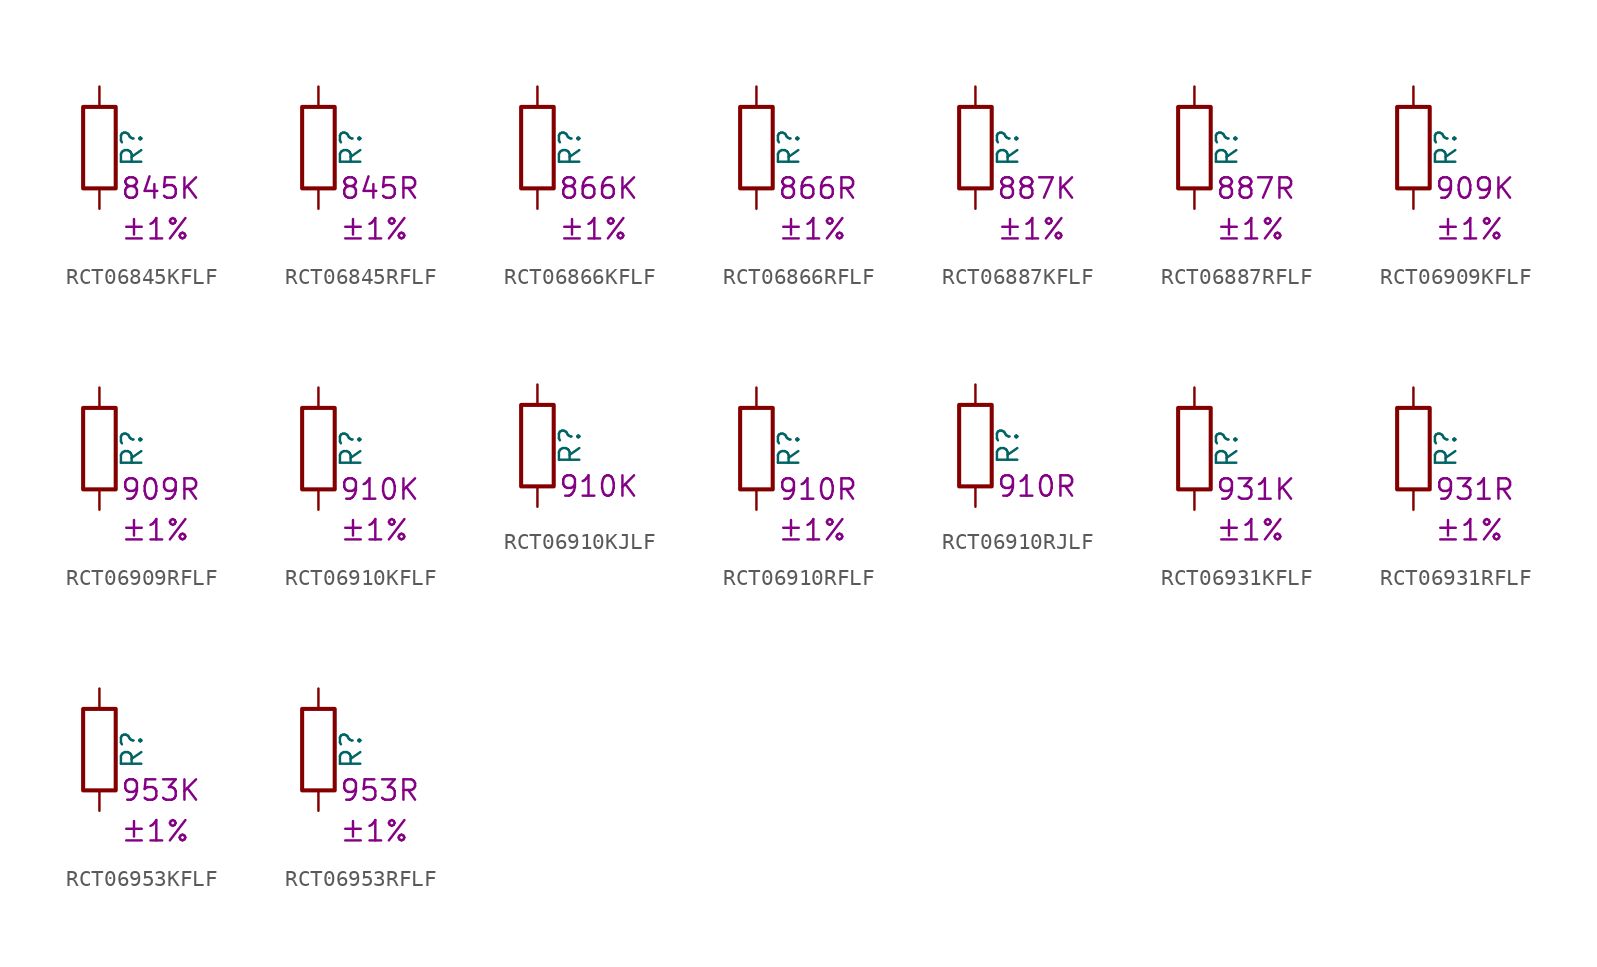
<source format=kicad_sym>
(kicad_symbol_lib
  (version 20220914)
  (generator kicad_symbol_editor)
  (symbol "RCT06845KFLF"
    (pin_numbers hide)
    (pin_names
      (offset 0))
    (property "Reference" "R"
      (at 2.032 0 90)
      (effects (font (size 1.27 1.27))))
    (property "Resistance" "845K"
      (at 1.27 -2.54 0)
      (effects (font (size 1.27 1.27)) (justify left)))
    (property "Tolerance" "±1%"
      (at 1.27 -5.08 0)
      (effects (font (size 1.27 1.27)) (justify left)))
    (symbol "RCT06845KFLF_0_1"
      (rectangle (start -1.016 -2.54) (end 1.016 2.54) (stroke (width 0.254) (type default)) (fill (type none))))
    (symbol "RCT06845KFLF_1_1"
      (pin passive line (at 0 3.81 270) (length 1.27) (name "~" (effects (font (size 1.27 1.27)))) (number "1" (effects (font (size 1.27 1.27)))))
      (pin passive line (at 0 -3.81 90) (length 1.27) (name "~" (effects (font (size 1.27 1.27)))) (number "2" (effects (font (size 1.27 1.27)))))))
  (symbol "RCT06845RFLF"
    (pin_numbers hide)
    (pin_names
      (offset 0))
    (property "Reference" "R"
      (at 2.032 0 90)
      (effects (font (size 1.27 1.27))))
    (property "Resistance" "845R"
      (at 1.27 -2.54 0)
      (effects (font (size 1.27 1.27)) (justify left)))
    (property "Tolerance" "±1%"
      (at 1.27 -5.08 0)
      (effects (font (size 1.27 1.27)) (justify left)))
    (symbol "RCT06845RFLF_0_1"
      (rectangle (start -1.016 -2.54) (end 1.016 2.54) (stroke (width 0.254) (type default)) (fill (type none))))
    (symbol "RCT06845RFLF_1_1"
      (pin passive line (at 0 3.81 270) (length 1.27) (name "~" (effects (font (size 1.27 1.27)))) (number "1" (effects (font (size 1.27 1.27)))))
      (pin passive line (at 0 -3.81 90) (length 1.27) (name "~" (effects (font (size 1.27 1.27)))) (number "2" (effects (font (size 1.27 1.27)))))))
  (symbol "RCT06866KFLF"
    (pin_numbers hide)
    (pin_names
      (offset 0))
    (property "Reference" "R"
      (at 2.032 0 90)
      (effects (font (size 1.27 1.27))))
    (property "Resistance" "866K"
      (at 1.27 -2.54 0)
      (effects (font (size 1.27 1.27)) (justify left)))
    (property "Tolerance" "±1%"
      (at 1.27 -5.08 0)
      (effects (font (size 1.27 1.27)) (justify left)))
    (symbol "RCT06866KFLF_0_1"
      (rectangle (start -1.016 -2.54) (end 1.016 2.54) (stroke (width 0.254) (type default)) (fill (type none))))
    (symbol "RCT06866KFLF_1_1"
      (pin passive line (at 0 3.81 270) (length 1.27) (name "~" (effects (font (size 1.27 1.27)))) (number "1" (effects (font (size 1.27 1.27)))))
      (pin passive line (at 0 -3.81 90) (length 1.27) (name "~" (effects (font (size 1.27 1.27)))) (number "2" (effects (font (size 1.27 1.27)))))))
  (symbol "RCT06866RFLF"
    (pin_numbers hide)
    (pin_names
      (offset 0))
    (property "Reference" "R"
      (at 2.032 0 90)
      (effects (font (size 1.27 1.27))))
    (property "Resistance" "866R"
      (at 1.27 -2.54 0)
      (effects (font (size 1.27 1.27)) (justify left)))
    (property "Tolerance" "±1%"
      (at 1.27 -5.08 0)
      (effects (font (size 1.27 1.27)) (justify left)))
    (symbol "RCT06866RFLF_0_1"
      (rectangle (start -1.016 -2.54) (end 1.016 2.54) (stroke (width 0.254) (type default)) (fill (type none))))
    (symbol "RCT06866RFLF_1_1"
      (pin passive line (at 0 3.81 270) (length 1.27) (name "~" (effects (font (size 1.27 1.27)))) (number "1" (effects (font (size 1.27 1.27)))))
      (pin passive line (at 0 -3.81 90) (length 1.27) (name "~" (effects (font (size 1.27 1.27)))) (number "2" (effects (font (size 1.27 1.27)))))))
  (symbol "RCT06887KFLF"
    (pin_numbers hide)
    (pin_names
      (offset 0))
    (property "Reference" "R"
      (at 2.032 0 90)
      (effects (font (size 1.27 1.27))))
    (property "Resistance" "887K"
      (at 1.27 -2.54 0)
      (effects (font (size 1.27 1.27)) (justify left)))
    (property "Tolerance" "±1%"
      (at 1.27 -5.08 0)
      (effects (font (size 1.27 1.27)) (justify left)))
    (symbol "RCT06887KFLF_0_1"
      (rectangle (start -1.016 -2.54) (end 1.016 2.54) (stroke (width 0.254) (type default)) (fill (type none))))
    (symbol "RCT06887KFLF_1_1"
      (pin passive line (at 0 3.81 270) (length 1.27) (name "~" (effects (font (size 1.27 1.27)))) (number "1" (effects (font (size 1.27 1.27)))))
      (pin passive line (at 0 -3.81 90) (length 1.27) (name "~" (effects (font (size 1.27 1.27)))) (number "2" (effects (font (size 1.27 1.27)))))))
  (symbol "RCT06887RFLF"
    (pin_numbers hide)
    (pin_names
      (offset 0))
    (property "Reference" "R"
      (at 2.032 0 90)
      (effects (font (size 1.27 1.27))))
    (property "Resistance" "887R"
      (at 1.27 -2.54 0)
      (effects (font (size 1.27 1.27)) (justify left)))
    (property "Tolerance" "±1%"
      (at 1.27 -5.08 0)
      (effects (font (size 1.27 1.27)) (justify left)))
    (symbol "RCT06887RFLF_0_1"
      (rectangle (start -1.016 -2.54) (end 1.016 2.54) (stroke (width 0.254) (type default)) (fill (type none))))
    (symbol "RCT06887RFLF_1_1"
      (pin passive line (at 0 3.81 270) (length 1.27) (name "~" (effects (font (size 1.27 1.27)))) (number "1" (effects (font (size 1.27 1.27)))))
      (pin passive line (at 0 -3.81 90) (length 1.27) (name "~" (effects (font (size 1.27 1.27)))) (number "2" (effects (font (size 1.27 1.27)))))))
  (symbol "RCT06909KFLF"
    (pin_numbers hide)
    (pin_names
      (offset 0))
    (property "Reference" "R"
      (at 2.032 0 90)
      (effects (font (size 1.27 1.27))))
    (property "Resistance" "909K"
      (at 1.27 -2.54 0)
      (effects (font (size 1.27 1.27)) (justify left)))
    (property "Tolerance" "±1%"
      (at 1.27 -5.08 0)
      (effects (font (size 1.27 1.27)) (justify left)))
    (symbol "RCT06909KFLF_0_1"
      (rectangle (start -1.016 -2.54) (end 1.016 2.54) (stroke (width 0.254) (type default)) (fill (type none))))
    (symbol "RCT06909KFLF_1_1"
      (pin passive line (at 0 3.81 270) (length 1.27) (name "~" (effects (font (size 1.27 1.27)))) (number "1" (effects (font (size 1.27 1.27)))))
      (pin passive line (at 0 -3.81 90) (length 1.27) (name "~" (effects (font (size 1.27 1.27)))) (number "2" (effects (font (size 1.27 1.27)))))))
  (symbol "RCT06909RFLF"
    (pin_numbers hide)
    (pin_names
      (offset 0))
    (property "Reference" "R"
      (at 2.032 0 90)
      (effects (font (size 1.27 1.27))))
    (property "Resistance" "909R"
      (at 1.27 -2.54 0)
      (effects (font (size 1.27 1.27)) (justify left)))
    (property "Tolerance" "±1%"
      (at 1.27 -5.08 0)
      (effects (font (size 1.27 1.27)) (justify left)))
    (symbol "RCT06909RFLF_0_1"
      (rectangle (start -1.016 -2.54) (end 1.016 2.54) (stroke (width 0.254) (type default)) (fill (type none))))
    (symbol "RCT06909RFLF_1_1"
      (pin passive line (at 0 3.81 270) (length 1.27) (name "~" (effects (font (size 1.27 1.27)))) (number "1" (effects (font (size 1.27 1.27)))))
      (pin passive line (at 0 -3.81 90) (length 1.27) (name "~" (effects (font (size 1.27 1.27)))) (number "2" (effects (font (size 1.27 1.27)))))))
  (symbol "RCT06910KFLF"
    (pin_numbers hide)
    (pin_names
      (offset 0))
    (property "Reference" "R"
      (at 2.032 0 90)
      (effects (font (size 1.27 1.27))))
    (property "Resistance" "910K"
      (at 1.27 -2.54 0)
      (effects (font (size 1.27 1.27)) (justify left)))
    (property "Tolerance" "±1%"
      (at 1.27 -5.08 0)
      (effects (font (size 1.27 1.27)) (justify left)))
    (symbol "RCT06910KFLF_0_1"
      (rectangle (start -1.016 -2.54) (end 1.016 2.54) (stroke (width 0.254) (type default)) (fill (type none))))
    (symbol "RCT06910KFLF_1_1"
      (pin passive line (at 0 3.81 270) (length 1.27) (name "~" (effects (font (size 1.27 1.27)))) (number "1" (effects (font (size 1.27 1.27)))))
      (pin passive line (at 0 -3.81 90) (length 1.27) (name "~" (effects (font (size 1.27 1.27)))) (number "2" (effects (font (size 1.27 1.27)))))))
  (symbol "RCT06910KJLF"
    (pin_numbers hide)
    (pin_names
      (offset 0))
    (property "Reference" "R"
      (at 2.032 0 90)
      (effects (font (size 1.27 1.27))))
    (property "Resistance" "910K"
      (at 1.27 -2.54 0)
      (effects (font (size 1.27 1.27)) (justify left)))
    (symbol "RCT06910KJLF_0_1"
      (rectangle (start -1.016 -2.54) (end 1.016 2.54) (stroke (width 0.254) (type default)) (fill (type none))))
    (symbol "RCT06910KJLF_1_1"
      (pin passive line (at 0 3.81 270) (length 1.27) (name "~" (effects (font (size 1.27 1.27)))) (number "1" (effects (font (size 1.27 1.27)))))
      (pin passive line (at 0 -3.81 90) (length 1.27) (name "~" (effects (font (size 1.27 1.27)))) (number "2" (effects (font (size 1.27 1.27)))))))
  (symbol "RCT06910RFLF"
    (pin_numbers hide)
    (pin_names
      (offset 0))
    (property "Reference" "R"
      (at 2.032 0 90)
      (effects (font (size 1.27 1.27))))
    (property "Resistance" "910R"
      (at 1.27 -2.54 0)
      (effects (font (size 1.27 1.27)) (justify left)))
    (property "Tolerance" "±1%"
      (at 1.27 -5.08 0)
      (effects (font (size 1.27 1.27)) (justify left)))
    (symbol "RCT06910RFLF_0_1"
      (rectangle (start -1.016 -2.54) (end 1.016 2.54) (stroke (width 0.254) (type default)) (fill (type none))))
    (symbol "RCT06910RFLF_1_1"
      (pin passive line (at 0 3.81 270) (length 1.27) (name "~" (effects (font (size 1.27 1.27)))) (number "1" (effects (font (size 1.27 1.27)))))
      (pin passive line (at 0 -3.81 90) (length 1.27) (name "~" (effects (font (size 1.27 1.27)))) (number "2" (effects (font (size 1.27 1.27)))))))
  (symbol "RCT06910RJLF"
    (pin_numbers hide)
    (pin_names
      (offset 0))
    (property "Reference" "R"
      (at 2.032 0 90)
      (effects (font (size 1.27 1.27))))
    (property "Resistance" "910R"
      (at 1.27 -2.54 0)
      (effects (font (size 1.27 1.27)) (justify left)))
    (symbol "RCT06910RJLF_0_1"
      (rectangle (start -1.016 -2.54) (end 1.016 2.54) (stroke (width 0.254) (type default)) (fill (type none))))
    (symbol "RCT06910RJLF_1_1"
      (pin passive line (at 0 3.81 270) (length 1.27) (name "~" (effects (font (size 1.27 1.27)))) (number "1" (effects (font (size 1.27 1.27)))))
      (pin passive line (at 0 -3.81 90) (length 1.27) (name "~" (effects (font (size 1.27 1.27)))) (number "2" (effects (font (size 1.27 1.27)))))))
  (symbol "RCT06931KFLF"
    (pin_numbers hide)
    (pin_names
      (offset 0))
    (property "Reference" "R"
      (at 2.032 0 90)
      (effects (font (size 1.27 1.27))))
    (property "Resistance" "931K"
      (at 1.27 -2.54 0)
      (effects (font (size 1.27 1.27)) (justify left)))
    (property "Tolerance" "±1%"
      (at 1.27 -5.08 0)
      (effects (font (size 1.27 1.27)) (justify left)))
    (symbol "RCT06931KFLF_0_1"
      (rectangle (start -1.016 -2.54) (end 1.016 2.54) (stroke (width 0.254) (type default)) (fill (type none))))
    (symbol "RCT06931KFLF_1_1"
      (pin passive line (at 0 3.81 270) (length 1.27) (name "~" (effects (font (size 1.27 1.27)))) (number "1" (effects (font (size 1.27 1.27)))))
      (pin passive line (at 0 -3.81 90) (length 1.27) (name "~" (effects (font (size 1.27 1.27)))) (number "2" (effects (font (size 1.27 1.27)))))))
  (symbol "RCT06931RFLF"
    (pin_numbers hide)
    (pin_names
      (offset 0))
    (property "Reference" "R"
      (at 2.032 0 90)
      (effects (font (size 1.27 1.27))))
    (property "Resistance" "931R"
      (at 1.27 -2.54 0)
      (effects (font (size 1.27 1.27)) (justify left)))
    (property "Tolerance" "±1%"
      (at 1.27 -5.08 0)
      (effects (font (size 1.27 1.27)) (justify left)))
    (symbol "RCT06931RFLF_0_1"
      (rectangle (start -1.016 -2.54) (end 1.016 2.54) (stroke (width 0.254) (type default)) (fill (type none))))
    (symbol "RCT06931RFLF_1_1"
      (pin passive line (at 0 3.81 270) (length 1.27) (name "~" (effects (font (size 1.27 1.27)))) (number "1" (effects (font (size 1.27 1.27)))))
      (pin passive line (at 0 -3.81 90) (length 1.27) (name "~" (effects (font (size 1.27 1.27)))) (number "2" (effects (font (size 1.27 1.27)))))))
  (symbol "RCT06953KFLF"
    (pin_numbers hide)
    (pin_names
      (offset 0))
    (property "Reference" "R"
      (at 2.032 0 90)
      (effects (font (size 1.27 1.27))))
    (property "Resistance" "953K"
      (at 1.27 -2.54 0)
      (effects (font (size 1.27 1.27)) (justify left)))
    (property "Tolerance" "±1%"
      (at 1.27 -5.08 0)
      (effects (font (size 1.27 1.27)) (justify left)))
    (symbol "RCT06953KFLF_0_1"
      (rectangle (start -1.016 -2.54) (end 1.016 2.54) (stroke (width 0.254) (type default)) (fill (type none))))
    (symbol "RCT06953KFLF_1_1"
      (pin passive line (at 0 3.81 270) (length 1.27) (name "~" (effects (font (size 1.27 1.27)))) (number "1" (effects (font (size 1.27 1.27)))))
      (pin passive line (at 0 -3.81 90) (length 1.27) (name "~" (effects (font (size 1.27 1.27)))) (number "2" (effects (font (size 1.27 1.27)))))))
  (symbol "RCT06953RFLF"
    (pin_numbers hide)
    (pin_names
      (offset 0))
    (property "Reference" "R"
      (at 2.032 0 90)
      (effects (font (size 1.27 1.27))))
    (property "Resistance" "953R"
      (at 1.27 -2.54 0)
      (effects (font (size 1.27 1.27)) (justify left)))
    (property "Tolerance" "±1%"
      (at 1.27 -5.08 0)
      (effects (font (size 1.27 1.27)) (justify left)))
    (symbol "RCT06953RFLF_0_1"
      (rectangle (start -1.016 -2.54) (end 1.016 2.54) (stroke (width 0.254) (type default)) (fill (type none))))
    (symbol "RCT06953RFLF_1_1"
      (pin passive line (at 0 3.81 270) (length 1.27) (name "~" (effects (font (size 1.27 1.27)))) (number "1" (effects (font (size 1.27 1.27)))))
      (pin passive line (at 0 -3.81 90) (length 1.27) (name "~" (effects (font (size 1.27 1.27)))) (number "2" (effects (font (size 1.27 1.27))))))))
</source>
